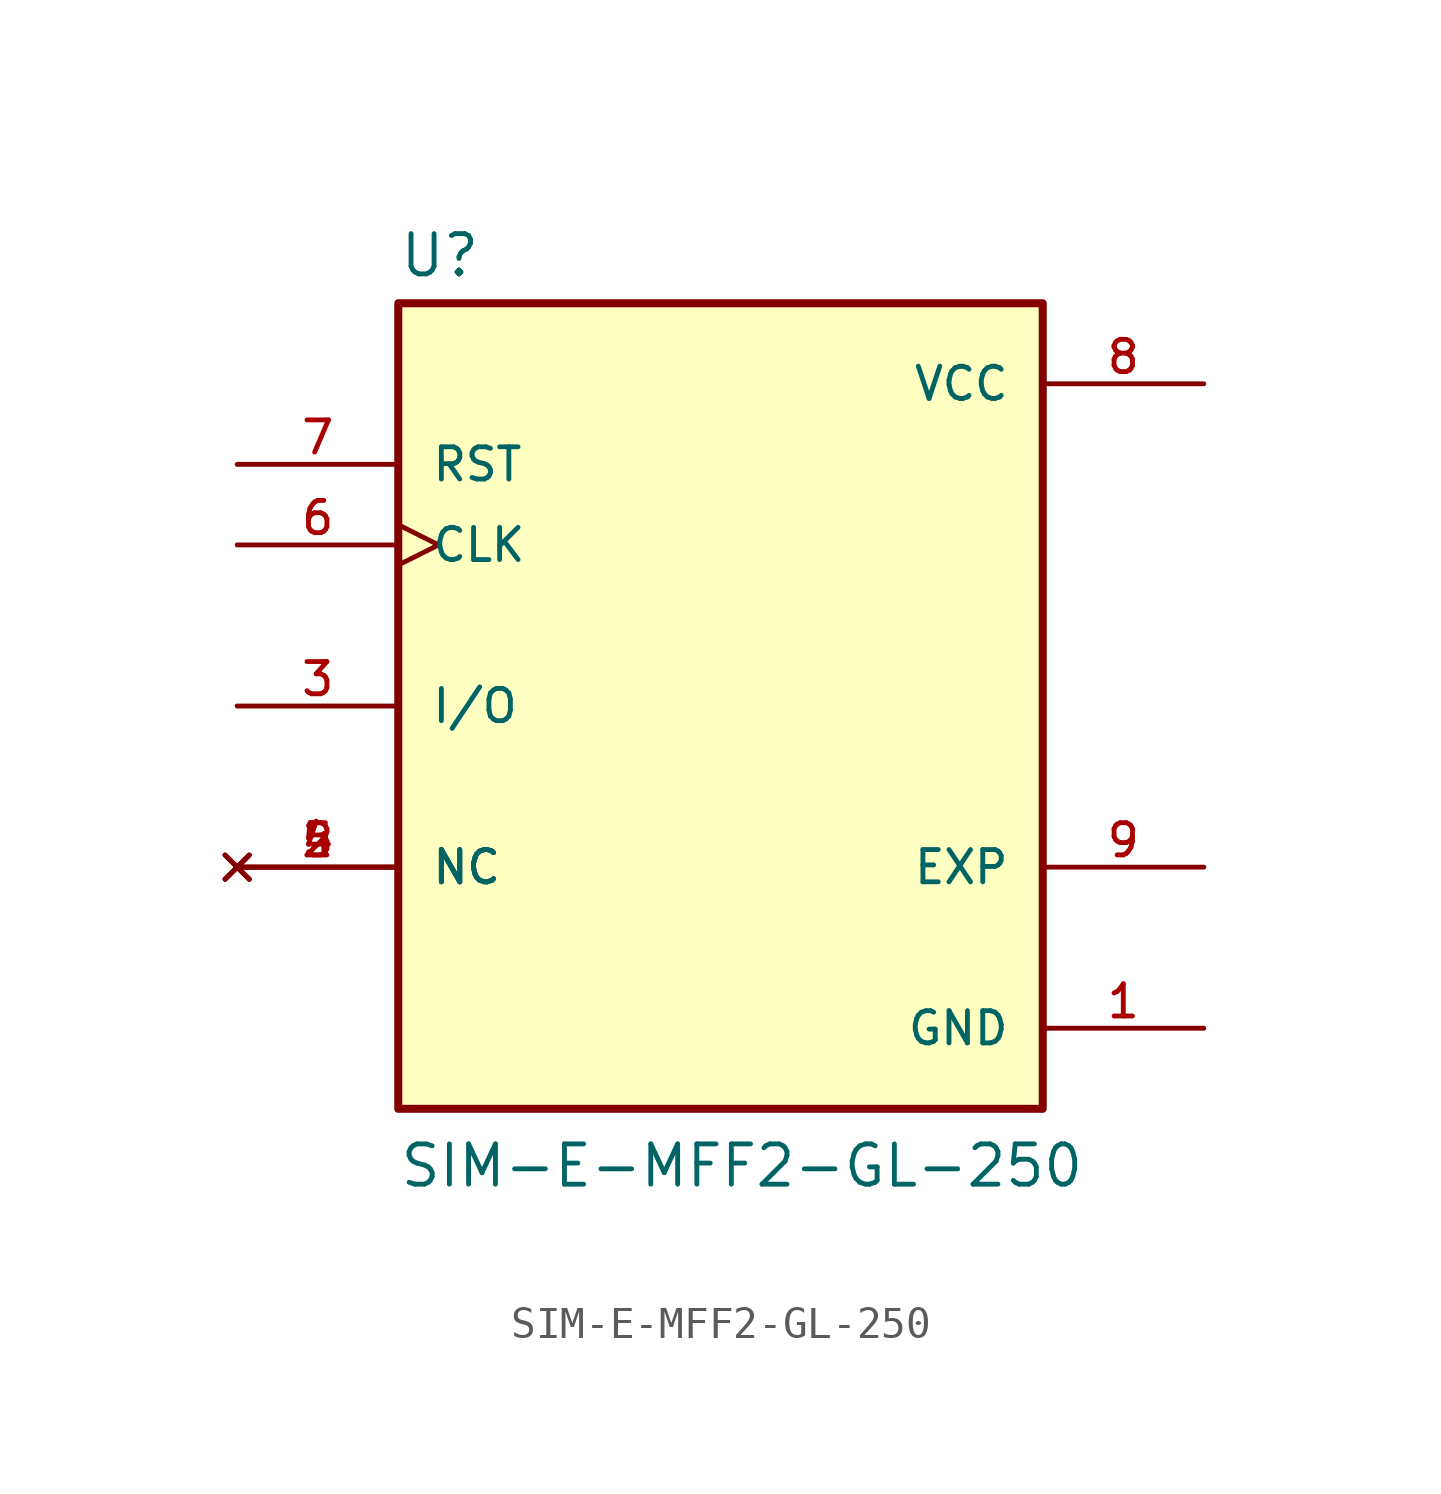
<source format=kicad_sym>
(kicad_symbol_lib
  (version 20211014)
  (generator kicad_symbol_editor)
  (symbol "SIM-E-MFF2-GL-250"
    (pin_names
      (offset 1.016))
    (property "Reference" "U"
      (at -10.16 13.462 0)
      (effects (font (size 1.27 1.27)) (justify bottom left)))
    (property "Value" "SIM-E-MFF2-GL-250"
      (at -10.16 -15.24 0)
      (effects (font (size 1.27 1.27)) (justify bottom left)))
    (symbol "SIM-E-MFF2-GL-250_0_0"
      (rectangle (start -10.16 -12.7) (end 10.16 12.7) (stroke (width 0.254)) (fill (type background)))
      (pin power_in line (at 15.24 -10.16 180.0) (length 5.08) (name "GND" (effects (font (size 1.016 1.016)))) (number "1" (effects (font (size 1.016 1.016)))))
      (pin no_connect line (at -15.24 -5.08 0) (length 5.08) (name "NC" (effects (font (size 1.016 1.016)))) (number "2" (effects (font (size 1.016 1.016)))))
      (pin no_connect line (at -15.24 -5.08 0) (length 5.08) (name "NC" (effects (font (size 1.016 1.016)))) (number "4" (effects (font (size 1.016 1.016)))))
      (pin no_connect line (at -15.24 -5.08 0) (length 5.08) (name "NC" (effects (font (size 1.016 1.016)))) (number "5" (effects (font (size 1.016 1.016)))))
      (pin bidirectional line (at -15.24 0.0 0) (length 5.08) (name "I/O" (effects (font (size 1.016 1.016)))) (number "3" (effects (font (size 1.016 1.016)))))
      (pin input clock (at -15.24 5.08 0) (length 5.08) (name "CLK" (effects (font (size 1.016 1.016)))) (number "6" (effects (font (size 1.016 1.016)))))
      (pin input line (at -15.24 7.62 0) (length 5.08) (name "RST" (effects (font (size 1.016 1.016)))) (number "7" (effects (font (size 1.016 1.016)))))
      (pin power_in line (at 15.24 10.16 180.0) (length 5.08) (name "VCC" (effects (font (size 1.016 1.016)))) (number "8" (effects (font (size 1.016 1.016)))))
      (pin passive line (at 15.24 -5.08 180.0) (length 5.08) (name "EXP" (effects (font (size 1.016 1.016)))) (number "9" (effects (font (size 1.016 1.016))))))))
</source>
